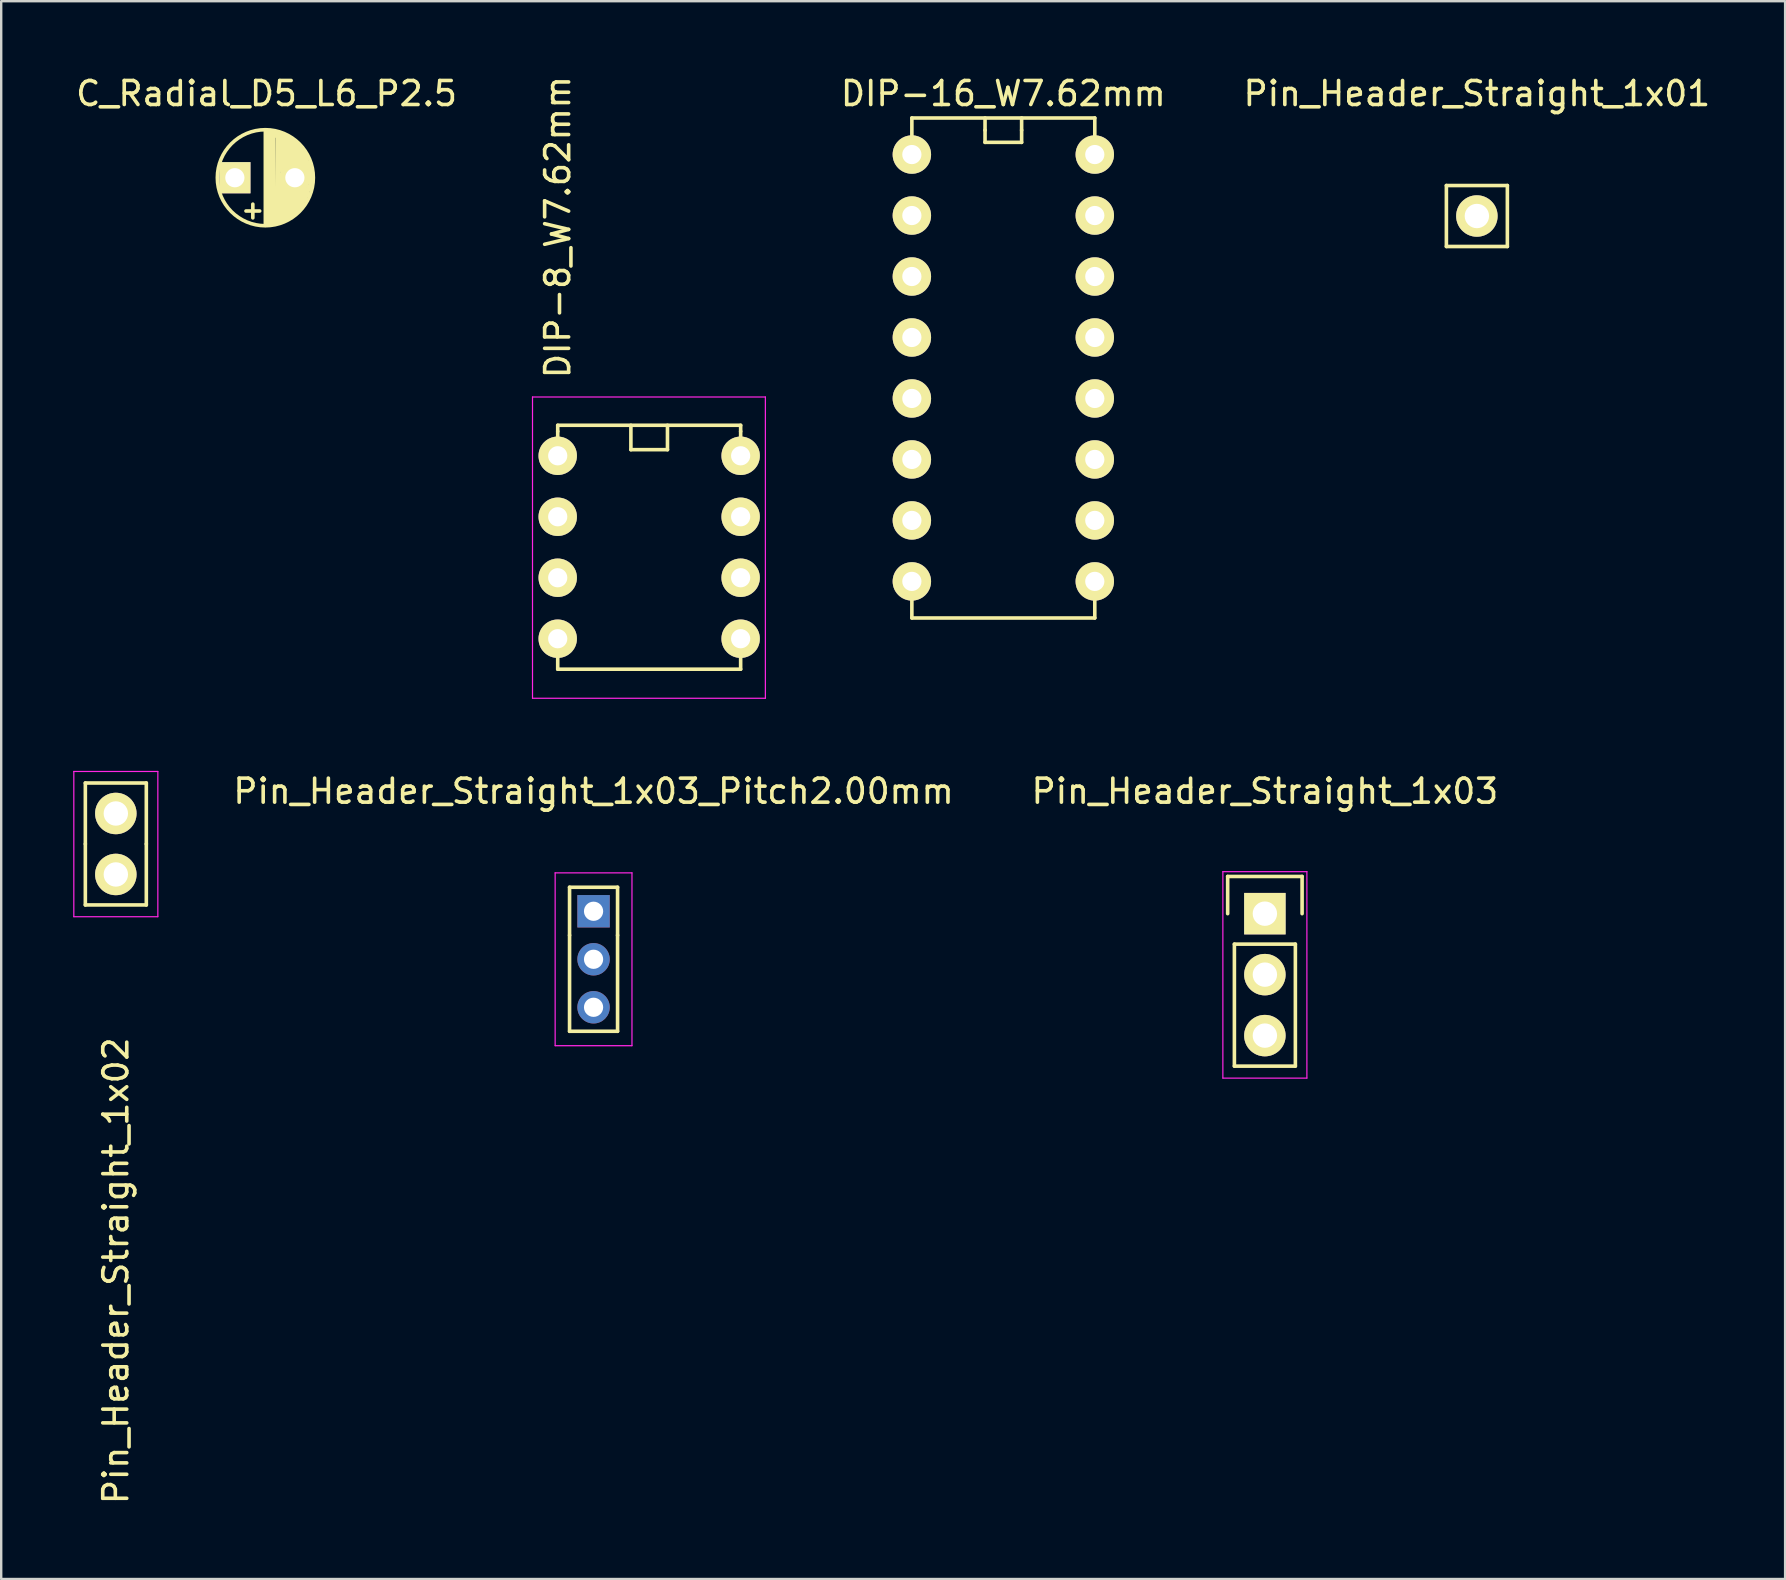
<source format=kicad_pcb>
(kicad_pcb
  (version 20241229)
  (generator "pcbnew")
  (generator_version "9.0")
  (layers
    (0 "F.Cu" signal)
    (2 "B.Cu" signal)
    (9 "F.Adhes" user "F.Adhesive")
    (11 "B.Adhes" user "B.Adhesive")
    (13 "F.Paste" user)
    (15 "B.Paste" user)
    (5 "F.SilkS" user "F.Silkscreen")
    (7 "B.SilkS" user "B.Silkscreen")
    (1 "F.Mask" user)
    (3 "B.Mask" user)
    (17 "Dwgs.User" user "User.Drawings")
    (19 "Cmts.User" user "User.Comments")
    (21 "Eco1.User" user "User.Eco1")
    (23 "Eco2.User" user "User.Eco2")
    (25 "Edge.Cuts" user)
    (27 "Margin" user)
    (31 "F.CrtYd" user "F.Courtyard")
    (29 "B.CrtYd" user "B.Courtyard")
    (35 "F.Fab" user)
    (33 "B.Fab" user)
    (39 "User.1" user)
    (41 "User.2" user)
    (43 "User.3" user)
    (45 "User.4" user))
  (footprint "Pin_Header_Straight_1x02"
    (layer "F.Cu")
    (at 1.775 30.836)
    (property "Reference" "Pin_Header_Straight_1x02" (at 0 19.05 90) (layer "F.SilkS") (effects (font (size 1 1) (thickness 0.15))))
    (attr through_hole)
    (fp_line (start -1.27 -1.27) (end 1.27 -1.27) (stroke (width 0.15) (type solid)) (layer "F.SilkS"))
    (fp_line (start -1.27 1.27) (end -1.27 -1.27) (stroke (width 0.15) (type solid)) (layer "F.SilkS"))
    (fp_line (start -1.27 1.27) (end -1.27 3.81) (stroke (width 0.15) (type solid)) (layer "F.SilkS"))
    (fp_line (start -1.27 3.81) (end 1.27 3.81) (stroke (width 0.15) (type solid)) (layer "F.SilkS"))
    (fp_line (start 1.27 -1.27) (end 1.27 1.27) (stroke (width 0.15) (type solid)) (layer "F.SilkS"))
    (fp_line (start 1.27 1.27) (end 1.27 3.81) (stroke (width 0.15) (type solid)) (layer "F.SilkS"))
    (fp_line (start -1.75 -1.75) (end -1.75 4.3) (stroke (width 0.05) (type solid)) (layer "F.CrtYd"))
    (fp_line (start -1.75 -1.75) (end 1.75 -1.75) (stroke (width 0.05) (type solid)) (layer "F.CrtYd"))
    (fp_line (start -1.75 4.3) (end 1.75 4.3) (stroke (width 0.05) (type solid)) (layer "F.CrtYd"))
    (fp_line (start 1.75 -1.75) (end 1.75 4.3) (stroke (width 0.05) (type solid)) (layer "F.CrtYd"))
    (pad "1" thru_hole circle (at 0 0) (size 1.727 1.727) (drill 1.016) (layers "*.Cu" "*.Mask" "F.SilkS"))
    (pad "2" thru_hole circle (at 0 2.54) (size 1.727 1.727) (drill 1.016) (layers "*.Cu" "*.Mask" "F.SilkS")))
  (footprint "Pin_Header_Straight_1x03_Pitch2.00mm"
    (layer "F.Cu")
    (at 21.675 34.909)
    (property "Reference" "Pin_Header_Straight_1x03_Pitch2.00mm" (at 0 -5 0) (layer "F.SilkS") (effects (font (size 1 1) (thickness 0.15))))
    (attr through_hole)
    (fp_line (start -1 -1) (end 1 -1) (stroke (width 0.15) (type solid)) (layer "F.SilkS"))
    (fp_line (start -1 1) (end -1 -1) (stroke (width 0.15) (type solid)) (layer "F.SilkS"))
    (fp_line (start -1 5) (end -1 1) (stroke (width 0.15) (type solid)) (layer "F.SilkS"))
    (fp_line (start 1 -1) (end 1 1) (stroke (width 0.15) (type solid)) (layer "F.SilkS"))
    (fp_line (start 1 1) (end 1 5) (stroke (width 0.15) (type solid)) (layer "F.SilkS"))
    (fp_line (start 1 5) (end -1 5) (stroke (width 0.15) (type solid)) (layer "F.SilkS"))
    (fp_line (start -1.6 -1.6) (end 1.6 -1.6) (stroke (width 0.05) (type solid)) (layer "F.CrtYd"))
    (fp_line (start -1.6 5.6) (end -1.6 -1.6) (stroke (width 0.05) (type solid)) (layer "F.CrtYd"))
    (fp_line (start 1.6 -1.6) (end 1.6 5.6) (stroke (width 0.05) (type solid)) (layer "F.CrtYd"))
    (fp_line (start 1.6 5.6) (end -1.6 5.6) (stroke (width 0.05) (type solid)) (layer "F.CrtYd"))
    (pad "1" thru_hole rect (at 0 0) (size 1.35 1.35) (drill 0.8) (layers "*.Cu" "*.Mask"))
    (pad "2" thru_hole circle (at 0 2) (size 1.35 1.35) (drill 0.8) (layers "*.Cu" "*.Mask"))
    (pad "3" thru_hole circle (at 0 4) (size 1.35 1.35) (drill 0.8) (layers "*.Cu" "*.Mask")))
  (footprint "Pin_Header_Straight_1x01"
    (layer "F.Cu")
    (at 58.47 5.948)
    (property "Reference" "Pin_Header_Straight_1x01" (at 0 -5.1 0) (layer "F.SilkS") (effects (font (size 1 1) (thickness 0.15))))
    (attr through_hole)
    (fp_line (start -1.27 -1.27) (end 1.27 -1.27) (stroke (width 0.15) (type solid)) (layer "F.SilkS"))
    (fp_line (start -1.27 1.27) (end -1.27 -1.27) (stroke (width 0.15) (type solid)) (layer "F.SilkS"))
    (fp_line (start -1.27 1.27) (end 1.27 1.27) (stroke (width 0.15) (type solid)) (layer "F.SilkS"))
    (fp_line (start 1.27 -1.27) (end 1.27 1.27) (stroke (width 0.15) (type solid)) (layer "F.SilkS"))
    (pad "1" thru_hole circle (at 0 0) (size 1.727 1.727) (drill 1.016) (layers "*.Cu" "*.Mask" "F.SilkS")))
  (footprint "DIP-16_W7.62mm"
    (layer "F.Cu")
    (at 34.934 3.388)
    (property "Reference" "DIP-16_W7.62mm" (at 3.81 -2.54 0) (layer "F.SilkS") (effects (font (size 1 1) (thickness 0.15))))
    (attr through_hole)
    (fp_line (start 0 -1.524) (end 7.62 -1.524) (stroke (width 0.15) (type solid)) (layer "F.SilkS"))
    (fp_line (start 0 -0.508) (end 0 -1.524) (stroke (width 0.15) (type solid)) (layer "F.SilkS"))
    (fp_line (start 0 18.288) (end 0 19.304) (stroke (width 0.15) (type solid)) (layer "F.SilkS"))
    (fp_line (start 0 19.304) (end 7.62 19.304) (stroke (width 0.15) (type solid)) (layer "F.SilkS"))
    (fp_line (start 3.048 -1.524) (end 3.048 -1.016) (stroke (width 0.15) (type solid)) (layer "F.SilkS"))
    (fp_line (start 3.048 -1.016) (end 3.048 -0.508) (stroke (width 0.15) (type solid)) (layer "F.SilkS"))
    (fp_line (start 3.048 -0.508) (end 4.572 -0.508) (stroke (width 0.15) (type solid)) (layer "F.SilkS"))
    (fp_line (start 4.572 -1.016) (end 4.572 -1.524) (stroke (width 0.15) (type solid)) (layer "F.SilkS"))
    (fp_line (start 4.572 -0.508) (end 4.572 -1.016) (stroke (width 0.15) (type solid)) (layer "F.SilkS"))
    (fp_line (start 7.62 -1.524) (end 7.62 -0.508) (stroke (width 0.15) (type solid)) (layer "F.SilkS"))
    (fp_line (start 7.62 19.304) (end 7.62 18.288) (stroke (width 0.15) (type solid)) (layer "F.SilkS"))
    (pad "1" thru_hole oval (at 0 0) (size 1.6 1.6) (drill 0.8) (layers "*.Cu" "*.Mask" "F.SilkS"))
    (pad "2" thru_hole oval (at 0 2.54) (size 1.6 1.6) (drill 0.8) (layers "*.Cu" "*.Mask" "F.SilkS"))
    (pad "3" thru_hole oval (at 0 5.08) (size 1.6 1.6) (drill 0.8) (layers "*.Cu" "*.Mask" "F.SilkS"))
    (pad "4" thru_hole oval (at 0 7.62) (size 1.6 1.6) (drill 0.8) (layers "*.Cu" "*.Mask" "F.SilkS"))
    (pad "5" thru_hole oval (at 0 10.16) (size 1.6 1.6) (drill 0.8) (layers "*.Cu" "*.Mask" "F.SilkS"))
    (pad "6" thru_hole oval (at 0 12.7) (size 1.6 1.6) (drill 0.8) (layers "*.Cu" "*.Mask" "F.SilkS"))
    (pad "7" thru_hole oval (at 0 15.24) (size 1.6 1.6) (drill 0.8) (layers "*.Cu" "*.Mask" "F.SilkS"))
    (pad "8" thru_hole oval (at 0 17.78) (size 1.6 1.6) (drill 0.8) (layers "*.Cu" "*.Mask" "F.SilkS"))
    (pad "9" thru_hole oval (at 7.62 17.78) (size 1.6 1.6) (drill 0.8) (layers "*.Cu" "*.Mask" "F.SilkS"))
    (pad "10" thru_hole oval (at 7.62 15.24) (size 1.6 1.6) (drill 0.8) (layers "*.Cu" "*.Mask" "F.SilkS"))
    (pad "11" thru_hole oval (at 7.62 12.7) (size 1.6 1.6) (drill 0.8) (layers "*.Cu" "*.Mask" "F.SilkS"))
    (pad "12" thru_hole oval (at 7.62 10.16) (size 1.6 1.6) (drill 0.8) (layers "*.Cu" "*.Mask" "F.SilkS"))
    (pad "13" thru_hole oval (at 7.62 7.62) (size 1.6 1.6) (drill 0.8) (layers "*.Cu" "*.Mask" "F.SilkS"))
    (pad "14" thru_hole oval (at 7.62 5.08) (size 1.6 1.6) (drill 0.8) (layers "*.Cu" "*.Mask" "F.SilkS"))
    (pad "15" thru_hole oval (at 7.62 2.54) (size 1.6 1.6) (drill 0.8) (layers "*.Cu" "*.Mask" "F.SilkS"))
    (pad "16" thru_hole oval (at 7.62 0) (size 1.6 1.6) (drill 0.8) (layers "*.Cu" "*.Mask" "F.SilkS")))
  (footprint "DIP-8_W7.62mm"
    (layer "F.Cu")
    (at 20.182 15.936)
    (property "Reference" "DIP-8_W7.62mm" (at 0 -9.525 90) (layer "F.SilkS") (effects (font (size 1 1) (thickness 0.15))))
    (attr through_hole)
    (fp_line (start 0 -1.27) (end 7.62 -1.27) (stroke (width 0.15) (type solid)) (layer "F.SilkS"))
    (fp_line (start 0 -1.016) (end 0 -1.27) (stroke (width 0.15) (type solid)) (layer "F.SilkS"))
    (fp_line (start 0 -0.762) (end 0 -1.016) (stroke (width 0.15) (type solid)) (layer "F.SilkS"))
    (fp_line (start 0 8.382) (end 0 8.89) (stroke (width 0.15) (type solid)) (layer "F.SilkS"))
    (fp_line (start 0 8.89) (end 7.62 8.89) (stroke (width 0.15) (type solid)) (layer "F.SilkS"))
    (fp_line (start 3.048 -1.27) (end 3.048 -0.254) (stroke (width 0.15) (type solid)) (layer "F.SilkS"))
    (fp_line (start 3.048 -0.254) (end 4.572 -0.254) (stroke (width 0.15) (type solid)) (layer "F.SilkS"))
    (fp_line (start 4.572 -0.254) (end 4.572 -1.27) (stroke (width 0.15) (type solid)) (layer "F.SilkS"))
    (fp_line (start 7.62 -1.016) (end 7.62 -1.27) (stroke (width 0.15) (type solid)) (layer "F.SilkS"))
    (fp_line (start 7.62 -1.016) (end 7.62 -0.762) (stroke (width 0.15) (type solid)) (layer "F.SilkS"))
    (fp_line (start 7.62 8.382) (end 7.62 8.89) (stroke (width 0.15) (type solid)) (layer "F.SilkS"))
    (fp_line (start -1.05 -2.45) (end -1.05 10.1) (stroke (width 0.05) (type solid)) (layer "F.CrtYd"))
    (fp_line (start -1.05 -2.45) (end 8.65 -2.45) (stroke (width 0.05) (type solid)) (layer "F.CrtYd"))
    (fp_line (start -1.05 10.1) (end 8.65 10.1) (stroke (width 0.05) (type solid)) (layer "F.CrtYd"))
    (fp_line (start 8.65 -2.45) (end 8.65 10.1) (stroke (width 0.05) (type solid)) (layer "F.CrtYd"))
    (pad "1" thru_hole oval (at 0 0) (size 1.6 1.6) (drill 0.8) (layers "*.Cu" "*.Mask" "F.SilkS"))
    (pad "2" thru_hole oval (at 0 2.54) (size 1.6 1.6) (drill 0.8) (layers "*.Cu" "*.Mask" "F.SilkS"))
    (pad "3" thru_hole oval (at 0 5.08) (size 1.6 1.6) (drill 0.8) (layers "*.Cu" "*.Mask" "F.SilkS"))
    (pad "4" thru_hole oval (at 0 7.62) (size 1.6 1.6) (drill 0.8) (layers "*.Cu" "*.Mask" "F.SilkS"))
    (pad "5" thru_hole oval (at 7.62 7.62) (size 1.6 1.6) (drill 0.8) (layers "*.Cu" "*.Mask" "F.SilkS"))
    (pad "6" thru_hole oval (at 7.62 5.08) (size 1.6 1.6) (drill 0.8) (layers "*.Cu" "*.Mask" "F.SilkS"))
    (pad "7" thru_hole oval (at 7.62 2.54) (size 1.6 1.6) (drill 0.8) (layers "*.Cu" "*.Mask" "F.SilkS"))
    (pad "8" thru_hole oval (at 7.62 0) (size 1.6 1.6) (drill 0.8) (layers "*.Cu" "*.Mask" "F.SilkS")))
  (footprint "Pin_Header_Straight_1x03"
    (layer "F.Cu")
    (at 49.639 35.009)
    (property "Reference" "Pin_Header_Straight_1x03" (at 0 -5.1 0) (layer "F.SilkS") (effects (font (size 1 1) (thickness 0.15))))
    (attr through_hole)
    (fp_line (start -1.55 -1.55) (end 1.55 -1.55) (stroke (width 0.15) (type solid)) (layer "F.SilkS"))
    (fp_line (start -1.55 0) (end -1.55 -1.55) (stroke (width 0.15) (type solid)) (layer "F.SilkS"))
    (fp_line (start -1.27 1.27) (end -1.27 6.35) (stroke (width 0.15) (type solid)) (layer "F.SilkS"))
    (fp_line (start -1.27 6.35) (end 1.27 6.35) (stroke (width 0.15) (type solid)) (layer "F.SilkS"))
    (fp_line (start 1.27 1.27) (end -1.27 1.27) (stroke (width 0.15) (type solid)) (layer "F.SilkS"))
    (fp_line (start 1.27 6.35) (end 1.27 1.27) (stroke (width 0.15) (type solid)) (layer "F.SilkS"))
    (fp_line (start 1.55 -1.55) (end 1.55 0) (stroke (width 0.15) (type solid)) (layer "F.SilkS"))
    (fp_line (start -1.75 -1.75) (end -1.75 6.85) (stroke (width 0.05) (type solid)) (layer "F.CrtYd"))
    (fp_line (start -1.75 -1.75) (end 1.75 -1.75) (stroke (width 0.05) (type solid)) (layer "F.CrtYd"))
    (fp_line (start -1.75 6.85) (end 1.75 6.85) (stroke (width 0.05) (type solid)) (layer "F.CrtYd"))
    (fp_line (start 1.75 -1.75) (end 1.75 6.85) (stroke (width 0.05) (type solid)) (layer "F.CrtYd"))
    (pad "1" thru_hole rect (at 0 0) (size 1.727 1.727) (drill 1.016) (layers "*.Cu" "*.Mask" "F.SilkS"))
    (pad "2" thru_hole circle (at 0 2.54) (size 1.727 1.727) (drill 1.016) (layers "*.Cu" "*.Mask" "F.SilkS"))
    (pad "3" thru_hole circle (at 0 5.08) (size 1.727 1.727) (drill 1.016) (layers "*.Cu" "*.Mask" "F.SilkS")))
  (footprint "C_Radial_D5_L6_P2.5"
    (layer "F.Cu")
    (at 6.733 4.353)
    (property "Reference" "C_Radial_D5_L6_P2.5" (at 1.321 -3.505 0) (layer "F.SilkS") (effects (font (size 1 1) (thickness 0.15))))
    (attr through_hole)
    (fp_line (start 1.27 -1.981) (end 1.27 1.981) (stroke (width 0.15) (type solid)) (layer "F.SilkS"))
    (fp_line (start 1.372 -1.88) (end 1.473 -1.88) (stroke (width 0.15) (type solid)) (layer "F.SilkS"))
    (fp_line (start 1.372 1.981) (end 1.372 -1.88) (stroke (width 0.15) (type solid)) (layer "F.SilkS"))
    (fp_line (start 1.473 -1.88) (end 1.473 1.88) (stroke (width 0.15) (type solid)) (layer "F.SilkS"))
    (fp_line (start 1.473 1.88) (end 1.626 1.88) (stroke (width 0.15) (type solid)) (layer "F.SilkS"))
    (fp_line (start 1.524 -1.93) (end 1.575 1.88) (stroke (width 0.15) (type solid)) (layer "F.SilkS"))
    (fp_line (start 1.626 -1.93) (end 1.778 -1.88) (stroke (width 0.15) (type solid)) (layer "F.SilkS"))
    (fp_line (start 1.626 1.88) (end 1.626 -1.93) (stroke (width 0.15) (type solid)) (layer "F.SilkS"))
    (fp_line (start 1.676 -1.88) (end 1.727 -1.727) (stroke (width 0.15) (type solid)) (layer "F.SilkS"))
    (fp_line (start 1.727 1.88) (end 1.93 1.778) (stroke (width 0.15) (type solid)) (layer "F.SilkS"))
    (fp_line (start 1.778 -1.88) (end 1.727 1.88) (stroke (width 0.15) (type solid)) (layer "F.SilkS"))
    (fp_line (start 1.829 -1.88) (end 1.829 1.88) (stroke (width 0.15) (type solid)) (layer "F.SilkS"))
    (fp_line (start 1.93 -1.829) (end 1.93 -0.305) (stroke (width 0.15) (type solid)) (layer "F.SilkS"))
    (fp_line (start 1.93 0.254) (end 1.93 1.778) (stroke (width 0.15) (type solid)) (layer "F.SilkS"))
    (fp_line (start 1.93 1.778) (end 1.829 1.778) (stroke (width 0.15) (type solid)) (layer "F.SilkS"))
    (fp_line (start 2.032 -0.406) (end 2.032 -1.778) (stroke (width 0.15) (type solid)) (layer "F.SilkS"))
    (fp_line (start 2.032 1.778) (end 2.032 0.406) (stroke (width 0.15) (type solid)) (layer "F.SilkS"))
    (fp_line (start 2.134 -1.727) (end 2.134 -0.508) (stroke (width 0.15) (type solid)) (layer "F.SilkS"))
    (fp_line (start 2.134 0.457) (end 2.134 1.727) (stroke (width 0.15) (type solid)) (layer "F.SilkS"))
    (fp_line (start 2.235 -0.559) (end 2.235 -1.676) (stroke (width 0.15) (type solid)) (layer "F.SilkS"))
    (fp_line (start 2.235 1.676) (end 2.235 0.559) (stroke (width 0.15) (type solid)) (layer "F.SilkS"))
    (fp_line (start 2.337 -1.626) (end 2.337 -0.61) (stroke (width 0.15) (type solid)) (layer "F.SilkS"))
    (fp_line (start 2.337 0.61) (end 2.337 1.626) (stroke (width 0.15) (type solid)) (layer "F.SilkS"))
    (fp_line (start 2.438 -0.61) (end 2.438 -1.524) (stroke (width 0.15) (type solid)) (layer "F.SilkS"))
    (fp_line (start 2.438 1.575) (end 2.438 0.61) (stroke (width 0.15) (type solid)) (layer "F.SilkS"))
    (fp_line (start 2.54 -1.473) (end 2.54 -0.61) (stroke (width 0.15) (type solid)) (layer "F.SilkS"))
    (fp_line (start 2.54 0.61) (end 2.54 1.473) (stroke (width 0.15) (type solid)) (layer "F.SilkS"))
    (fp_line (start 2.642 -1.372) (end 2.642 -0.66) (stroke (width 0.15) (type solid)) (layer "F.SilkS"))
    (fp_line (start 2.642 1.372) (end 2.642 0.61) (stroke (width 0.15) (type solid)) (layer "F.SilkS"))
    (fp_line (start 2.743 -1.27) (end 2.743 -0.559) (stroke (width 0.15) (type solid)) (layer "F.SilkS"))
    (fp_line (start 2.743 0.559) (end 2.743 1.219) (stroke (width 0.15) (type solid)) (layer "F.SilkS"))
    (fp_line (start 2.845 -1.168) (end 2.845 -0.508) (stroke (width 0.15) (type solid)) (layer "F.SilkS"))
    (fp_line (start 2.845 1.168) (end 2.845 0.559) (stroke (width 0.15) (type solid)) (layer "F.SilkS"))
    (fp_line (start 2.946 -1.016) (end 2.946 -0.457) (stroke (width 0.15) (type solid)) (layer "F.SilkS"))
    (fp_line (start 2.946 0.457) (end 2.946 0.965) (stroke (width 0.15) (type solid)) (layer "F.SilkS"))
    (fp_line (start 2.997 -0.864) (end 2.997 -0.406) (stroke (width 0.15) (type solid)) (layer "F.SilkS"))
    (fp_line (start 3.048 0.762) (end 3.048 0.356) (stroke (width 0.15) (type solid)) (layer "F.SilkS"))
    (fp_line (start 3.099 -0.66) (end 3.099 -0.305) (stroke (width 0.15) (type solid)) (layer "F.SilkS"))
    (fp_line (start 3.099 0.356) (end 3.15 0.508) (stroke (width 0.15) (type solid)) (layer "F.SilkS"))
    (fp_line (start 3.15 -0.305) (end 3.15 0.356) (stroke (width 0.15) (type solid)) (layer "F.SilkS"))
    (fp_circle (center 1.27 0) (end 1.27 -2) (stroke (width 0.15) (type solid)) (fill no) (layer "F.SilkS"))
    (fp_text user "+" (at 0.749 1.333 0) (layer "F.SilkS") (effects (font (size 0.75 0.75) (thickness 0.15))))
    (pad "1" thru_hole rect (at 0 0) (size 1.3 1.3) (drill 0.8) (layers "*.Cu" "*.Mask" "F.SilkS"))
    (pad "2" thru_hole circle (at 2.5 0) (size 1.3 1.3) (drill 0.8) (layers "*.Cu" "*.Mask" "F.SilkS")))
  (gr_rect
    (start -3 -3)
    (end 71.31 62.725)
    (stroke (width 0.1) (type default))
    (fill no)
    (layer "Edge.Cuts")))
</source>
